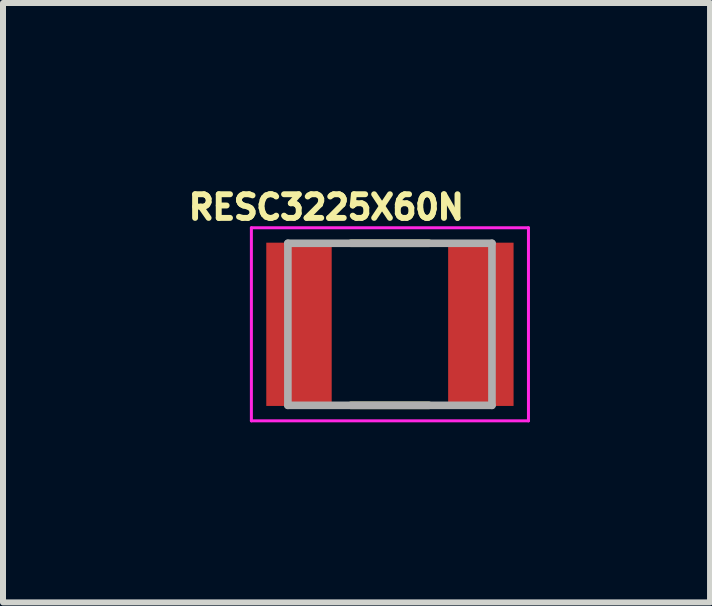
<source format=kicad_pcb>
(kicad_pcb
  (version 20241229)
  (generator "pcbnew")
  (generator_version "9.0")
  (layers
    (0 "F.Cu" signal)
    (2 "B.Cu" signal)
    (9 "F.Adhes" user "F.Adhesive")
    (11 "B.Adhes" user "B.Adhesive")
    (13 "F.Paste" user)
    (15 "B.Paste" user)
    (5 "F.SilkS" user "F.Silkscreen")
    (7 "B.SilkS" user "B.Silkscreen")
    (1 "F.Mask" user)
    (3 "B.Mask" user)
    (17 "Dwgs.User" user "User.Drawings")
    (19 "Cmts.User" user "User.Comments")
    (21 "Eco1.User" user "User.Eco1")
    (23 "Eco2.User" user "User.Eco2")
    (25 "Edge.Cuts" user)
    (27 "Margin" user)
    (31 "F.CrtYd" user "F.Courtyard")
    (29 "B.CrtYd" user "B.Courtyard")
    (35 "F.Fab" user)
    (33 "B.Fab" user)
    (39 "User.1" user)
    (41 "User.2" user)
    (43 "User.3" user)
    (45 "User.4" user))
  (footprint "RESC3225X60N"
    (layer "F.Cu")
    (at 3.446 2.353)
    (property "Reference" "RESC3225X60N" (at -1.06 -1.95 0) (layer "F.SilkS") (effects (font (size 0.394 0.394) (thickness 0.15))))
    (attr smd)
    (fp_line (start -0.65 -1.35) (end 0.65 -1.35) (stroke (width 0.127) (type solid)) (layer "F.SilkS"))
    (fp_line (start -0.65 1.35) (end 0.65 1.35) (stroke (width 0.127) (type solid)) (layer "F.SilkS"))
    (fp_line (start -2.308 -1.608) (end 2.308 -1.608) (stroke (width 0.05) (type solid)) (layer "F.CrtYd"))
    (fp_line (start -2.308 1.608) (end -2.308 -1.608) (stroke (width 0.05) (type solid)) (layer "F.CrtYd"))
    (fp_line (start -2.308 1.608) (end 2.308 1.608) (stroke (width 0.05) (type solid)) (layer "F.CrtYd"))
    (fp_line (start 2.308 1.608) (end 2.308 -1.608) (stroke (width 0.05) (type solid)) (layer "F.CrtYd"))
    (fp_line (start -1.7 1.35) (end -1.7 -1.35) (stroke (width 0.127) (type solid)) (layer "F.Fab"))
    (fp_line (start 1.7 -1.35) (end -1.7 -1.35) (stroke (width 0.127) (type solid)) (layer "F.Fab"))
    (fp_line (start 1.7 1.35) (end -1.7 1.35) (stroke (width 0.127) (type solid)) (layer "F.Fab"))
    (fp_line (start 1.7 1.35) (end 1.7 -1.35) (stroke (width 0.127) (type solid)) (layer "F.Fab"))
    (pad "1" smd rect (at -1.515 0) (size 1.09 2.72) (layers "F.Cu" "F.Mask" "F.Paste"))
    (pad "2" smd rect (at 1.515 0) (size 1.09 2.72) (layers "F.Cu" "F.Mask" "F.Paste")))
  (gr_rect
    (start -3 -3)
    (end 8.779 6.986)
    (stroke (width 0.1) (type default))
    (fill no)
    (layer "Edge.Cuts")))
</source>
